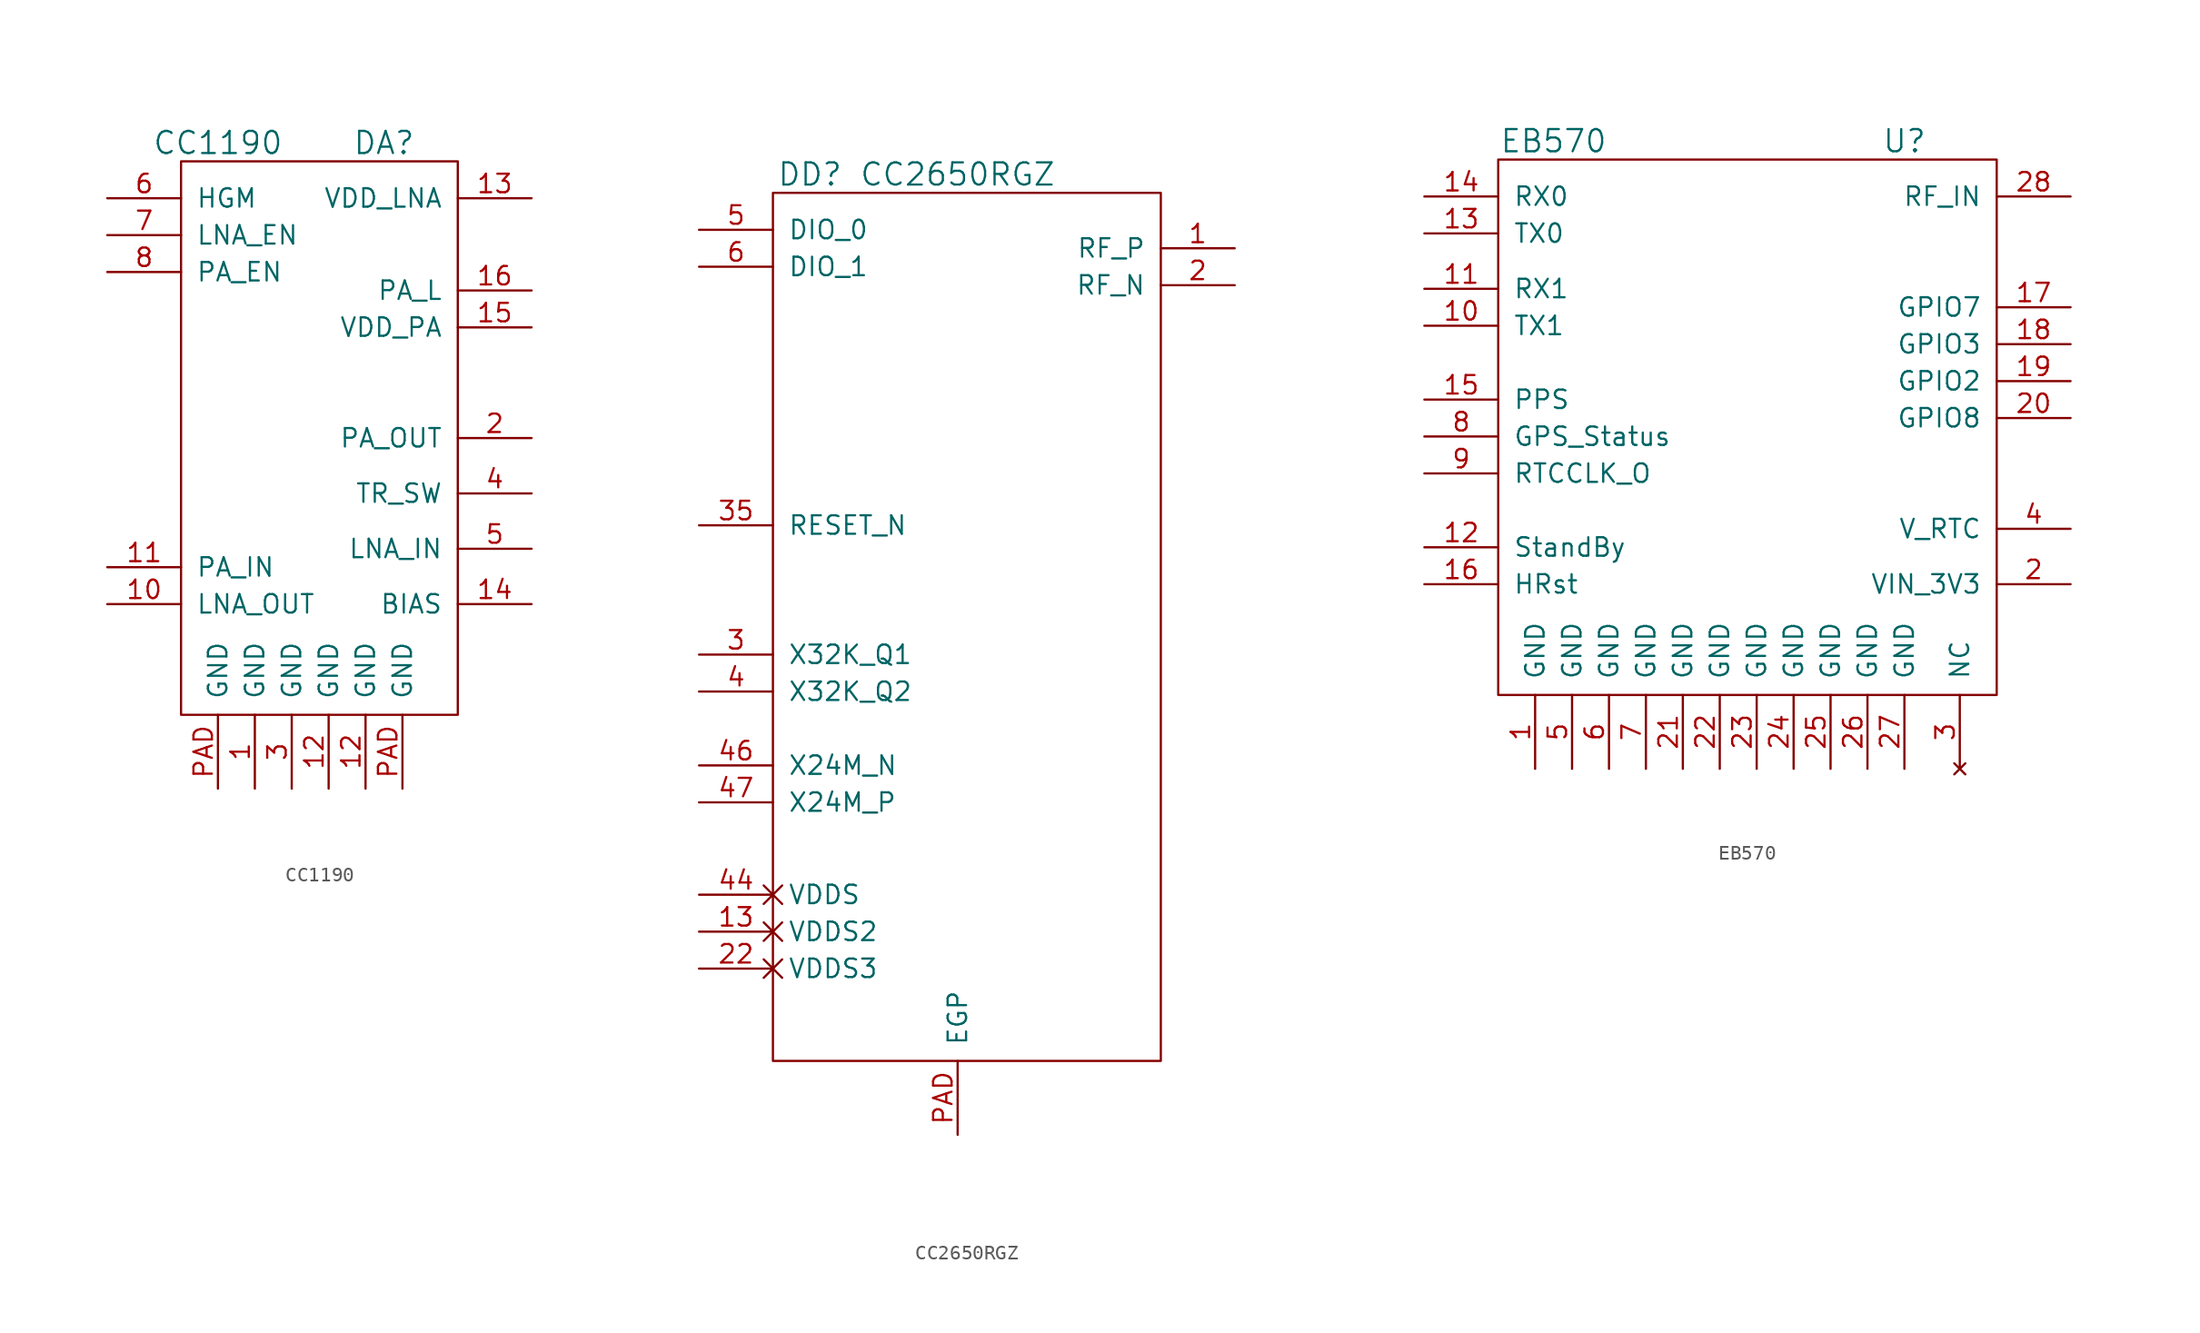
<source format=kicad_sym>
(kicad_symbol_lib
  (version 20211014)
  (generator kicad_symbol_editor)
  (symbol "CC1190"
    (pin_names
      (offset 1.016))
    (property "Reference" "DA"
      (at 3.81 22.86 0)
      (effects (font (size 1.524 1.524))))
    (property "Value" "CC1190"
      (at -7.62 22.86 0)
      (effects (font (size 1.524 1.524))))
    (property "Footprint" ""
      (at 0 0 0)
      (effects (font (size 1.524 1.524))))
    (property "Datasheet" ""
      (at 0 0 0)
      (effects (font (size 1.524 1.524))))
    (symbol "CC1190_0_1"
      (rectangle (start -10.16 21.59) (end 8.89 -16.51) (stroke (width 0) (type default) (color 0 0 0 0)) (fill (type none))))
    (symbol "CC1190_1_1"
      (pin power_in line (at -5.08 -21.59 90) (length 5.08) (name "GND" (effects (font (size 1.27 1.27)))) (number "1" (effects (font (size 1.27 1.27)))))
      (pin passive line (at -15.24 -8.89 0) (length 5.08) (name "LNA_OUT" (effects (font (size 1.27 1.27)))) (number "10" (effects (font (size 1.27 1.27)))))
      (pin passive line (at -15.24 -6.35 0) (length 5.08) (name "PA_IN" (effects (font (size 1.27 1.27)))) (number "11" (effects (font (size 1.27 1.27)))))
      (pin power_in line (at 0 -21.59 90) (length 5.08) (name "GND" (effects (font (size 1.27 1.27)))) (number "12" (effects (font (size 1.27 1.27)))))
      (pin power_in line (at 2.54 -21.59 90) (length 5.08) (name "GND" (effects (font (size 1.27 1.27)))) (number "12" (effects (font (size 1.27 1.27)))))
      (pin passive line (at 13.97 19.05 180) (length 5.08) (name "VDD_LNA" (effects (font (size 1.27 1.27)))) (number "13" (effects (font (size 1.27 1.27)))))
      (pin passive line (at 13.97 -8.89 180) (length 5.08) (name "BIAS" (effects (font (size 1.27 1.27)))) (number "14" (effects (font (size 1.27 1.27)))))
      (pin passive line (at 13.97 10.16 180) (length 5.08) (name "VDD_PA" (effects (font (size 1.27 1.27)))) (number "15" (effects (font (size 1.27 1.27)))))
      (pin passive line (at 13.97 12.7 180) (length 5.08) (name "PA_L" (effects (font (size 1.27 1.27)))) (number "16" (effects (font (size 1.27 1.27)))))
      (pin passive line (at 13.97 2.54 180) (length 5.08) (name "PA_OUT" (effects (font (size 1.27 1.27)))) (number "2" (effects (font (size 1.27 1.27)))))
      (pin power_in line (at -2.54 -21.59 90) (length 5.08) (name "GND" (effects (font (size 1.27 1.27)))) (number "3" (effects (font (size 1.27 1.27)))))
      (pin passive line (at 13.97 -1.27 180) (length 5.08) (name "TR_SW" (effects (font (size 1.27 1.27)))) (number "4" (effects (font (size 1.27 1.27)))))
      (pin passive line (at 13.97 -5.08 180) (length 5.08) (name "LNA_IN" (effects (font (size 1.27 1.27)))) (number "5" (effects (font (size 1.27 1.27)))))
      (pin passive line (at -15.24 19.05 0) (length 5.08) (name "HGM" (effects (font (size 1.27 1.27)))) (number "6" (effects (font (size 1.27 1.27)))))
      (pin passive line (at -15.24 16.51 0) (length 5.08) (name "LNA_EN" (effects (font (size 1.27 1.27)))) (number "7" (effects (font (size 1.27 1.27)))))
      (pin passive line (at -15.24 13.97 0) (length 5.08) (name "PA_EN" (effects (font (size 1.27 1.27)))) (number "8" (effects (font (size 1.27 1.27)))))
      (pin power_in line (at -7.62 -21.59 90) (length 5.08) (name "GND" (effects (font (size 1.27 1.27)))) (number "PAD" (effects (font (size 1.27 1.27)))))
      (pin power_in line (at 5.08 -21.59 90) (length 5.08) (name "GND" (effects (font (size 1.27 1.27)))) (number "PAD" (effects (font (size 1.27 1.27)))))))
  (symbol "CC2650RGZ"
    (pin_names
      (offset 1.016))
    (property "Reference" "DD"
      (at -10.16 12.7 0)
      (effects (font (size 1.524 1.524))))
    (property "Value" "CC2650RGZ"
      (at 0 12.7 0)
      (effects (font (size 1.524 1.524))))
    (symbol "CC2650RGZ_0_1"
      (rectangle (start -12.7 11.43) (end 13.97 -48.26) (stroke (width 0) (type default) (color 0 0 0 0)) (fill (type none))))
    (symbol "CC2650RGZ_1_1"
      (pin passive line (at 19.05 7.62 180) (length 5.08) (name "RF_P" (effects (font (size 1.27 1.27)))) (number "1" (effects (font (size 1.27 1.27)))))
      (pin power_in non_logic (at -17.78 -39.37 0) (length 5.08) (name "VDDS2" (effects (font (size 1.27 1.27)))) (number "13" (effects (font (size 1.27 1.27)))))
      (pin passive line (at 19.05 5.08 180) (length 5.08) (name "RF_N" (effects (font (size 1.27 1.27)))) (number "2" (effects (font (size 1.27 1.27)))))
      (pin power_in non_logic (at -17.78 -41.91 0) (length 5.08) (name "VDDS3" (effects (font (size 1.27 1.27)))) (number "22" (effects (font (size 1.27 1.27)))))
      (pin passive line (at -17.78 -20.32 0) (length 5.08) (name "X32K_Q1" (effects (font (size 1.27 1.27)))) (number "3" (effects (font (size 1.27 1.27)))))
      (pin passive line (at -17.78 -11.43 0) (length 5.08) (name "RESET_N" (effects (font (size 1.27 1.27)))) (number "35" (effects (font (size 1.27 1.27)))))
      (pin passive line (at -17.78 -22.86 0) (length 5.08) (name "X32K_Q2" (effects (font (size 1.27 1.27)))) (number "4" (effects (font (size 1.27 1.27)))))
      (pin power_in non_logic (at -17.78 -36.83 0) (length 5.08) (name "VDDS" (effects (font (size 1.27 1.27)))) (number "44" (effects (font (size 1.27 1.27)))))
      (pin passive line (at -17.78 -27.94 0) (length 5.08) (name "X24M_N" (effects (font (size 1.27 1.27)))) (number "46" (effects (font (size 1.27 1.27)))))
      (pin passive line (at -17.78 -30.48 0) (length 5.08) (name "X24M_P" (effects (font (size 1.27 1.27)))) (number "47" (effects (font (size 1.27 1.27)))))
      (pin passive line (at -17.78 8.89 0) (length 5.08) (name "DIO_0" (effects (font (size 1.27 1.27)))) (number "5" (effects (font (size 1.27 1.27)))))
      (pin passive line (at -17.78 6.35 0) (length 5.08) (name "DIO_1" (effects (font (size 1.27 1.27)))) (number "6" (effects (font (size 1.27 1.27)))))
      (pin passive line (at 0 -53.34 90) (length 5.08) (name "EGP" (effects (font (size 1.27 1.27)))) (number "PAD" (effects (font (size 1.27 1.27)))))))
  (symbol "EB570"
    (pin_names
      (offset 1.016))
    (property "Reference" "U"
      (at 11.43 20.32 0)
      (effects (font (size 1.524 1.524))))
    (property "Value" "EB570"
      (at -12.7 20.32 0)
      (effects (font (size 1.524 1.524))))
    (property "Footprint" ""
      (at 0 0 0)
      (effects (font (size 1.524 1.524))))
    (property "Datasheet" ""
      (at 0 0 0)
      (effects (font (size 1.524 1.524))))
    (symbol "EB570_0_1"
      (rectangle (start -16.51 19.05) (end 17.78 -17.78) (stroke (width 0) (type default) (color 0 0 0 0)) (fill (type none))))
    (symbol "EB570_1_1"
      (pin power_in line (at -13.97 -22.86 90) (length 5.08) (name "GND" (effects (font (size 1.27 1.27)))) (number "1" (effects (font (size 1.27 1.27)))))
      (pin passive line (at -21.59 7.62 0) (length 5.08) (name "TX1" (effects (font (size 1.27 1.27)))) (number "10" (effects (font (size 1.27 1.27)))))
      (pin passive line (at -21.59 10.16 0) (length 5.08) (name "RX1" (effects (font (size 1.27 1.27)))) (number "11" (effects (font (size 1.27 1.27)))))
      (pin passive line (at -21.59 -7.62 0) (length 5.08) (name "StandBy" (effects (font (size 1.27 1.27)))) (number "12" (effects (font (size 1.27 1.27)))))
      (pin passive line (at -21.59 13.97 0) (length 5.08) (name "TX0" (effects (font (size 1.27 1.27)))) (number "13" (effects (font (size 1.27 1.27)))))
      (pin passive line (at -21.59 16.51 0) (length 5.08) (name "RX0" (effects (font (size 1.27 1.27)))) (number "14" (effects (font (size 1.27 1.27)))))
      (pin passive line (at -21.59 2.54 0) (length 5.08) (name "PPS" (effects (font (size 1.27 1.27)))) (number "15" (effects (font (size 1.27 1.27)))))
      (pin passive line (at -21.59 -10.16 0) (length 5.08) (name "HRst" (effects (font (size 1.27 1.27)))) (number "16" (effects (font (size 1.27 1.27)))))
      (pin passive line (at 22.86 8.89 180) (length 5.08) (name "GPIO7" (effects (font (size 1.27 1.27)))) (number "17" (effects (font (size 1.27 1.27)))))
      (pin passive line (at 22.86 6.35 180) (length 5.08) (name "GPIO3" (effects (font (size 1.27 1.27)))) (number "18" (effects (font (size 1.27 1.27)))))
      (pin passive line (at 22.86 3.81 180) (length 5.08) (name "GPIO2" (effects (font (size 1.27 1.27)))) (number "19" (effects (font (size 1.27 1.27)))))
      (pin power_in line (at 22.86 -10.16 180) (length 5.08) (name "VIN_3V3" (effects (font (size 1.27 1.27)))) (number "2" (effects (font (size 1.27 1.27)))))
      (pin passive line (at 22.86 1.27 180) (length 5.08) (name "GPIO8" (effects (font (size 1.27 1.27)))) (number "20" (effects (font (size 1.27 1.27)))))
      (pin power_in line (at -3.81 -22.86 90) (length 5.08) (name "GND" (effects (font (size 1.27 1.27)))) (number "21" (effects (font (size 1.27 1.27)))))
      (pin power_in line (at -1.27 -22.86 90) (length 5.08) (name "GND" (effects (font (size 1.27 1.27)))) (number "22" (effects (font (size 1.27 1.27)))))
      (pin power_in line (at 1.27 -22.86 90) (length 5.08) (name "GND" (effects (font (size 1.27 1.27)))) (number "23" (effects (font (size 1.27 1.27)))))
      (pin power_in line (at 3.81 -22.86 90) (length 5.08) (name "GND" (effects (font (size 1.27 1.27)))) (number "24" (effects (font (size 1.27 1.27)))))
      (pin power_in line (at 6.35 -22.86 90) (length 5.08) (name "GND" (effects (font (size 1.27 1.27)))) (number "25" (effects (font (size 1.27 1.27)))))
      (pin power_in line (at 8.89 -22.86 90) (length 5.08) (name "GND" (effects (font (size 1.27 1.27)))) (number "26" (effects (font (size 1.27 1.27)))))
      (pin power_in line (at 11.43 -22.86 90) (length 5.08) (name "GND" (effects (font (size 1.27 1.27)))) (number "27" (effects (font (size 1.27 1.27)))))
      (pin passive line (at 22.86 16.51 180) (length 5.08) (name "RF_IN" (effects (font (size 1.27 1.27)))) (number "28" (effects (font (size 1.27 1.27)))))
      (pin no_connect line (at 15.24 -22.86 90) (length 5.08) (name "NC" (effects (font (size 1.27 1.27)))) (number "3" (effects (font (size 1.27 1.27)))))
      (pin power_in line (at 22.86 -6.35 180) (length 5.08) (name "V_RTC" (effects (font (size 1.27 1.27)))) (number "4" (effects (font (size 1.27 1.27)))))
      (pin power_in line (at -11.43 -22.86 90) (length 5.08) (name "GND" (effects (font (size 1.27 1.27)))) (number "5" (effects (font (size 1.27 1.27)))))
      (pin power_in line (at -8.89 -22.86 90) (length 5.08) (name "GND" (effects (font (size 1.27 1.27)))) (number "6" (effects (font (size 1.27 1.27)))))
      (pin power_in line (at -6.35 -22.86 90) (length 5.08) (name "GND" (effects (font (size 1.27 1.27)))) (number "7" (effects (font (size 1.27 1.27)))))
      (pin passive line (at -21.59 0 0) (length 5.08) (name "GPS_Status" (effects (font (size 1.27 1.27)))) (number "8" (effects (font (size 1.27 1.27)))))
      (pin passive line (at -21.59 -2.54 0) (length 5.08) (name "RTCCLK_O" (effects (font (size 1.27 1.27)))) (number "9" (effects (font (size 1.27 1.27))))))))
</source>
